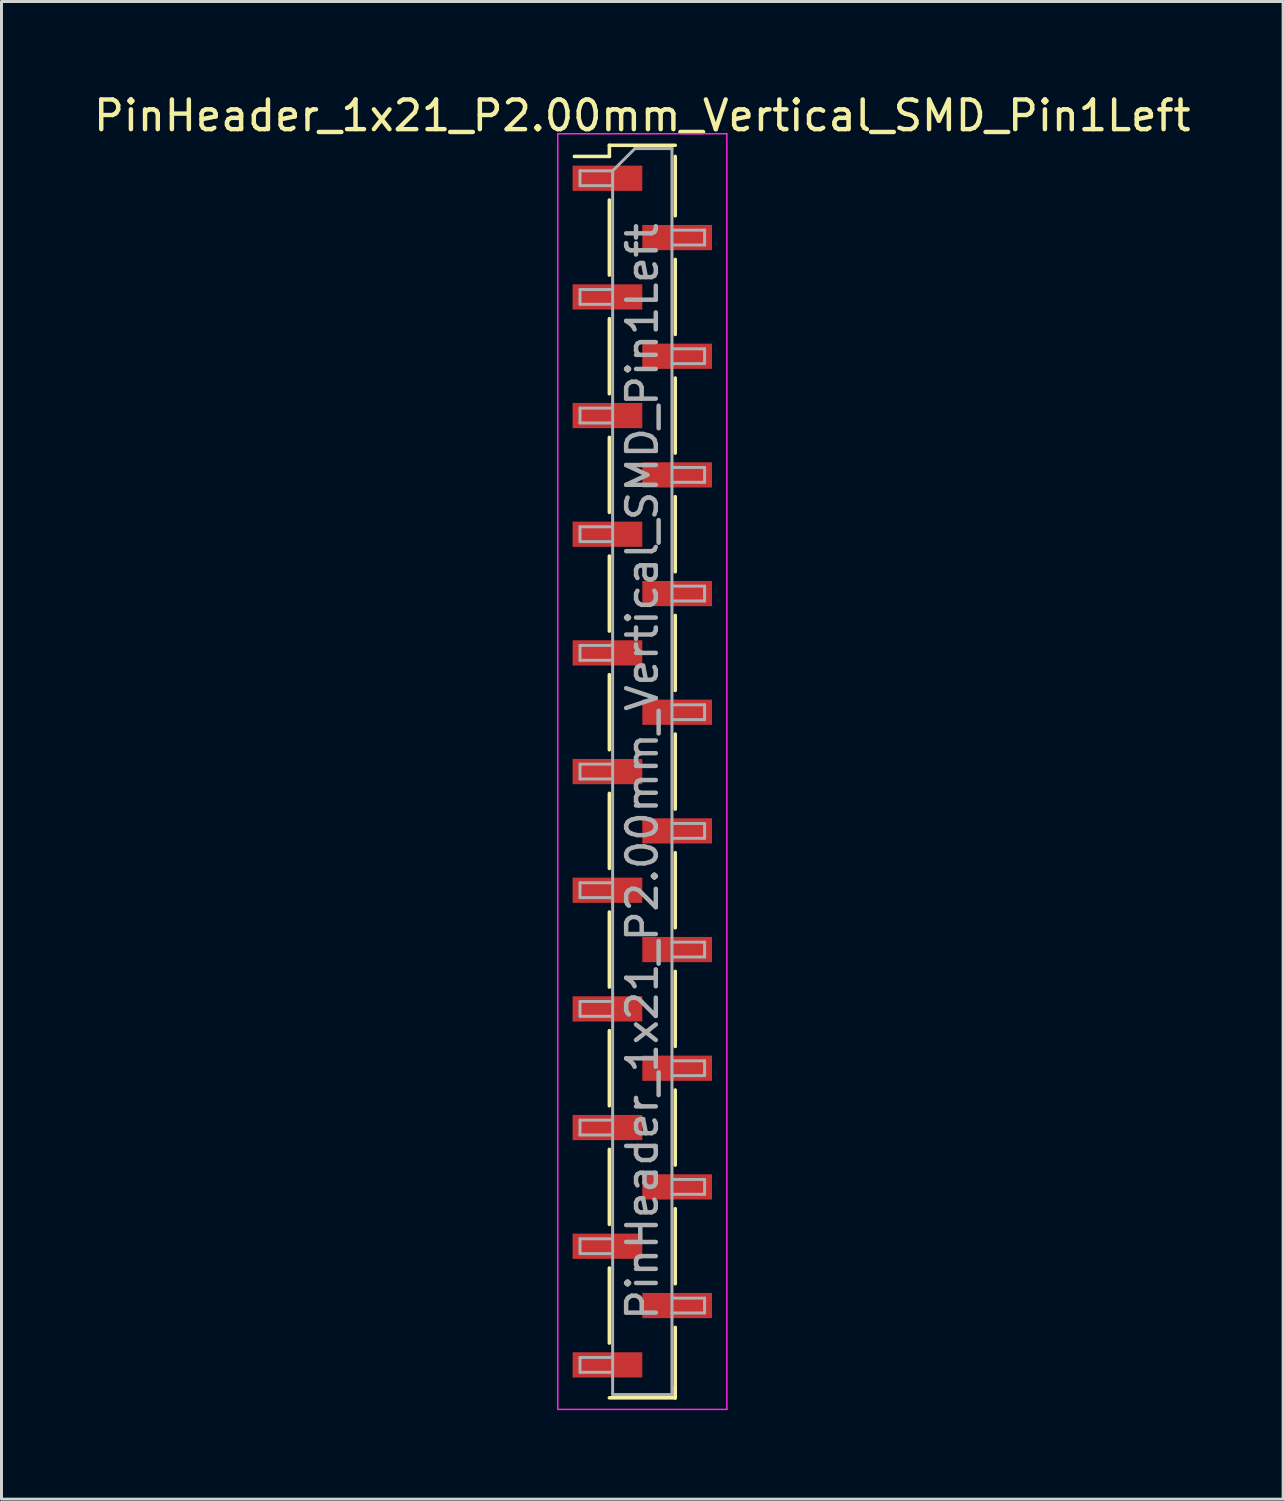
<source format=kicad_pcb>
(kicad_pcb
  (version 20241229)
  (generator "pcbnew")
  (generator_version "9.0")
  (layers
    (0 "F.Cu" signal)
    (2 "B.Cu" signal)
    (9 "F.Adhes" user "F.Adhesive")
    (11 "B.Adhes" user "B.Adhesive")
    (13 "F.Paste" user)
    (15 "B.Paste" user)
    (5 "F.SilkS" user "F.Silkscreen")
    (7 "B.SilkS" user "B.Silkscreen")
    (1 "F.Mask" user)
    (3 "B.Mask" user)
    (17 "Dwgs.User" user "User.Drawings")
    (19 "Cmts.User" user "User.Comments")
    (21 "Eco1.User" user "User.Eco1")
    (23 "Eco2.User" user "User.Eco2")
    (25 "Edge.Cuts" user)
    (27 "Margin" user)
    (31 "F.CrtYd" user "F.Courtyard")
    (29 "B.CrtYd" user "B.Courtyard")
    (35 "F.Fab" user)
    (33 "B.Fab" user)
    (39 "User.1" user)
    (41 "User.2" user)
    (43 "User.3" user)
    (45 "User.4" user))
  (footprint "PinHeader_1x21_P2.00mm_Vertical_SMD_Pin1Left"
    (layer "F.Cu")
    (at 18.601 22.958)
    (property "Reference" "PinHeader_1x21_P2.00mm_Vertical_SMD_Pin1Left" (at 0 -22.11 0) (layer "F.SilkS") (effects (font (size 1 1) (thickness 0.15))))
    (attr smd)
    (fp_line (start -1.11 -21.11) (end -1.11 -20.735) (stroke (width 0.12) (type solid)) (layer "F.SilkS"))
    (fp_line (start -1.11 -21.11) (end 1.11 -21.11) (stroke (width 0.12) (type solid)) (layer "F.SilkS"))
    (fp_line (start -1.11 -20.735) (end -2.29 -20.735) (stroke (width 0.12) (type solid)) (layer "F.SilkS"))
    (fp_line (start -1.11 -19.265) (end -1.11 -16.735) (stroke (width 0.12) (type solid)) (layer "F.SilkS"))
    (fp_line (start -1.11 -15.265) (end -1.11 -12.735) (stroke (width 0.12) (type solid)) (layer "F.SilkS"))
    (fp_line (start -1.11 -11.265) (end -1.11 -8.735) (stroke (width 0.12) (type solid)) (layer "F.SilkS"))
    (fp_line (start -1.11 -7.265) (end -1.11 -4.735) (stroke (width 0.12) (type solid)) (layer "F.SilkS"))
    (fp_line (start -1.11 -3.265) (end -1.11 -0.735) (stroke (width 0.12) (type solid)) (layer "F.SilkS"))
    (fp_line (start -1.11 0.735) (end -1.11 3.265) (stroke (width 0.12) (type solid)) (layer "F.SilkS"))
    (fp_line (start -1.11 4.735) (end -1.11 7.265) (stroke (width 0.12) (type solid)) (layer "F.SilkS"))
    (fp_line (start -1.11 8.735) (end -1.11 11.265) (stroke (width 0.12) (type solid)) (layer "F.SilkS"))
    (fp_line (start -1.11 12.735) (end -1.11 15.265) (stroke (width 0.12) (type solid)) (layer "F.SilkS"))
    (fp_line (start -1.11 16.735) (end -1.11 19.265) (stroke (width 0.12) (type solid)) (layer "F.SilkS"))
    (fp_line (start -1.11 21.11) (end 1.11 21.11) (stroke (width 0.12) (type solid)) (layer "F.SilkS"))
    (fp_line (start 1.11 -20.735) (end 1.11 -18.735) (stroke (width 0.12) (type solid)) (layer "F.SilkS"))
    (fp_line (start 1.11 -17.265) (end 1.11 -14.735) (stroke (width 0.12) (type solid)) (layer "F.SilkS"))
    (fp_line (start 1.11 -13.265) (end 1.11 -10.735) (stroke (width 0.12) (type solid)) (layer "F.SilkS"))
    (fp_line (start 1.11 -9.265) (end 1.11 -6.735) (stroke (width 0.12) (type solid)) (layer "F.SilkS"))
    (fp_line (start 1.11 -5.265) (end 1.11 -2.735) (stroke (width 0.12) (type solid)) (layer "F.SilkS"))
    (fp_line (start 1.11 -1.265) (end 1.11 1.265) (stroke (width 0.12) (type solid)) (layer "F.SilkS"))
    (fp_line (start 1.11 2.735) (end 1.11 5.265) (stroke (width 0.12) (type solid)) (layer "F.SilkS"))
    (fp_line (start 1.11 6.735) (end 1.11 9.265) (stroke (width 0.12) (type solid)) (layer "F.SilkS"))
    (fp_line (start 1.11 10.735) (end 1.11 13.265) (stroke (width 0.12) (type solid)) (layer "F.SilkS"))
    (fp_line (start 1.11 14.735) (end 1.11 17.265) (stroke (width 0.12) (type solid)) (layer "F.SilkS"))
    (fp_line (start 1.11 18.735) (end 1.11 21.11) (stroke (width 0.12) (type solid)) (layer "F.SilkS"))
    (fp_line (start 1.11 20.735) (end 1.11 21.11) (stroke (width 0.12) (type solid)) (layer "F.SilkS"))
    (fp_line (start -2.85 -21.5) (end -2.85 21.5) (stroke (width 0.05) (type solid)) (layer "F.CrtYd"))
    (fp_line (start -2.85 21.5) (end 2.85 21.5) (stroke (width 0.05) (type solid)) (layer "F.CrtYd"))
    (fp_line (start 2.85 -21.5) (end -2.85 -21.5) (stroke (width 0.05) (type solid)) (layer "F.CrtYd"))
    (fp_line (start 2.85 21.5) (end 2.85 -21.5) (stroke (width 0.05) (type solid)) (layer "F.CrtYd"))
    (fp_line (start -2.1 -20.25) (end -2.1 -19.75) (stroke (width 0.1) (type solid)) (layer "F.Fab"))
    (fp_line (start -2.1 -19.75) (end -1 -19.75) (stroke (width 0.1) (type solid)) (layer "F.Fab"))
    (fp_line (start -2.1 -16.25) (end -2.1 -15.75) (stroke (width 0.1) (type solid)) (layer "F.Fab"))
    (fp_line (start -2.1 -15.75) (end -1 -15.75) (stroke (width 0.1) (type solid)) (layer "F.Fab"))
    (fp_line (start -2.1 -12.25) (end -2.1 -11.75) (stroke (width 0.1) (type solid)) (layer "F.Fab"))
    (fp_line (start -2.1 -11.75) (end -1 -11.75) (stroke (width 0.1) (type solid)) (layer "F.Fab"))
    (fp_line (start -2.1 -8.25) (end -2.1 -7.75) (stroke (width 0.1) (type solid)) (layer "F.Fab"))
    (fp_line (start -2.1 -7.75) (end -1 -7.75) (stroke (width 0.1) (type solid)) (layer "F.Fab"))
    (fp_line (start -2.1 -4.25) (end -2.1 -3.75) (stroke (width 0.1) (type solid)) (layer "F.Fab"))
    (fp_line (start -2.1 -3.75) (end -1 -3.75) (stroke (width 0.1) (type solid)) (layer "F.Fab"))
    (fp_line (start -2.1 -0.25) (end -2.1 0.25) (stroke (width 0.1) (type solid)) (layer "F.Fab"))
    (fp_line (start -2.1 0.25) (end -1 0.25) (stroke (width 0.1) (type solid)) (layer "F.Fab"))
    (fp_line (start -2.1 3.75) (end -2.1 4.25) (stroke (width 0.1) (type solid)) (layer "F.Fab"))
    (fp_line (start -2.1 4.25) (end -1 4.25) (stroke (width 0.1) (type solid)) (layer "F.Fab"))
    (fp_line (start -2.1 7.75) (end -2.1 8.25) (stroke (width 0.1) (type solid)) (layer "F.Fab"))
    (fp_line (start -2.1 8.25) (end -1 8.25) (stroke (width 0.1) (type solid)) (layer "F.Fab"))
    (fp_line (start -2.1 11.75) (end -2.1 12.25) (stroke (width 0.1) (type solid)) (layer "F.Fab"))
    (fp_line (start -2.1 12.25) (end -1 12.25) (stroke (width 0.1) (type solid)) (layer "F.Fab"))
    (fp_line (start -2.1 15.75) (end -2.1 16.25) (stroke (width 0.1) (type solid)) (layer "F.Fab"))
    (fp_line (start -2.1 16.25) (end -1 16.25) (stroke (width 0.1) (type solid)) (layer "F.Fab"))
    (fp_line (start -2.1 19.75) (end -2.1 20.25) (stroke (width 0.1) (type solid)) (layer "F.Fab"))
    (fp_line (start -2.1 20.25) (end -1 20.25) (stroke (width 0.1) (type solid)) (layer "F.Fab"))
    (fp_line (start -1 -20.25) (end -2.1 -20.25) (stroke (width 0.1) (type solid)) (layer "F.Fab"))
    (fp_line (start -1 -20.25) (end -0.25 -21) (stroke (width 0.1) (type solid)) (layer "F.Fab"))
    (fp_line (start -1 -16.25) (end -2.1 -16.25) (stroke (width 0.1) (type solid)) (layer "F.Fab"))
    (fp_line (start -1 -12.25) (end -2.1 -12.25) (stroke (width 0.1) (type solid)) (layer "F.Fab"))
    (fp_line (start -1 -8.25) (end -2.1 -8.25) (stroke (width 0.1) (type solid)) (layer "F.Fab"))
    (fp_line (start -1 -4.25) (end -2.1 -4.25) (stroke (width 0.1) (type solid)) (layer "F.Fab"))
    (fp_line (start -1 -0.25) (end -2.1 -0.25) (stroke (width 0.1) (type solid)) (layer "F.Fab"))
    (fp_line (start -1 3.75) (end -2.1 3.75) (stroke (width 0.1) (type solid)) (layer "F.Fab"))
    (fp_line (start -1 7.75) (end -2.1 7.75) (stroke (width 0.1) (type solid)) (layer "F.Fab"))
    (fp_line (start -1 11.75) (end -2.1 11.75) (stroke (width 0.1) (type solid)) (layer "F.Fab"))
    (fp_line (start -1 15.75) (end -2.1 15.75) (stroke (width 0.1) (type solid)) (layer "F.Fab"))
    (fp_line (start -1 19.75) (end -2.1 19.75) (stroke (width 0.1) (type solid)) (layer "F.Fab"))
    (fp_line (start -1 21) (end -1 -20.25) (stroke (width 0.1) (type solid)) (layer "F.Fab"))
    (fp_line (start -0.25 -21) (end 1 -21) (stroke (width 0.1) (type solid)) (layer "F.Fab"))
    (fp_line (start 1 -21) (end 1 21) (stroke (width 0.1) (type solid)) (layer "F.Fab"))
    (fp_line (start 1 -18.25) (end 2.1 -18.25) (stroke (width 0.1) (type solid)) (layer "F.Fab"))
    (fp_line (start 1 -14.25) (end 2.1 -14.25) (stroke (width 0.1) (type solid)) (layer "F.Fab"))
    (fp_line (start 1 -10.25) (end 2.1 -10.25) (stroke (width 0.1) (type solid)) (layer "F.Fab"))
    (fp_line (start 1 -6.25) (end 2.1 -6.25) (stroke (width 0.1) (type solid)) (layer "F.Fab"))
    (fp_line (start 1 -2.25) (end 2.1 -2.25) (stroke (width 0.1) (type solid)) (layer "F.Fab"))
    (fp_line (start 1 1.75) (end 2.1 1.75) (stroke (width 0.1) (type solid)) (layer "F.Fab"))
    (fp_line (start 1 5.75) (end 2.1 5.75) (stroke (width 0.1) (type solid)) (layer "F.Fab"))
    (fp_line (start 1 9.75) (end 2.1 9.75) (stroke (width 0.1) (type solid)) (layer "F.Fab"))
    (fp_line (start 1 13.75) (end 2.1 13.75) (stroke (width 0.1) (type solid)) (layer "F.Fab"))
    (fp_line (start 1 17.75) (end 2.1 17.75) (stroke (width 0.1) (type solid)) (layer "F.Fab"))
    (fp_line (start 1 21) (end -1 21) (stroke (width 0.1) (type solid)) (layer "F.Fab"))
    (fp_line (start 2.1 -18.25) (end 2.1 -17.75) (stroke (width 0.1) (type solid)) (layer "F.Fab"))
    (fp_line (start 2.1 -17.75) (end 1 -17.75) (stroke (width 0.1) (type solid)) (layer "F.Fab"))
    (fp_line (start 2.1 -14.25) (end 2.1 -13.75) (stroke (width 0.1) (type solid)) (layer "F.Fab"))
    (fp_line (start 2.1 -13.75) (end 1 -13.75) (stroke (width 0.1) (type solid)) (layer "F.Fab"))
    (fp_line (start 2.1 -10.25) (end 2.1 -9.75) (stroke (width 0.1) (type solid)) (layer "F.Fab"))
    (fp_line (start 2.1 -9.75) (end 1 -9.75) (stroke (width 0.1) (type solid)) (layer "F.Fab"))
    (fp_line (start 2.1 -6.25) (end 2.1 -5.75) (stroke (width 0.1) (type solid)) (layer "F.Fab"))
    (fp_line (start 2.1 -5.75) (end 1 -5.75) (stroke (width 0.1) (type solid)) (layer "F.Fab"))
    (fp_line (start 2.1 -2.25) (end 2.1 -1.75) (stroke (width 0.1) (type solid)) (layer "F.Fab"))
    (fp_line (start 2.1 -1.75) (end 1 -1.75) (stroke (width 0.1) (type solid)) (layer "F.Fab"))
    (fp_line (start 2.1 1.75) (end 2.1 2.25) (stroke (width 0.1) (type solid)) (layer "F.Fab"))
    (fp_line (start 2.1 2.25) (end 1 2.25) (stroke (width 0.1) (type solid)) (layer "F.Fab"))
    (fp_line (start 2.1 5.75) (end 2.1 6.25) (stroke (width 0.1) (type solid)) (layer "F.Fab"))
    (fp_line (start 2.1 6.25) (end 1 6.25) (stroke (width 0.1) (type solid)) (layer "F.Fab"))
    (fp_line (start 2.1 9.75) (end 2.1 10.25) (stroke (width 0.1) (type solid)) (layer "F.Fab"))
    (fp_line (start 2.1 10.25) (end 1 10.25) (stroke (width 0.1) (type solid)) (layer "F.Fab"))
    (fp_line (start 2.1 13.75) (end 2.1 14.25) (stroke (width 0.1) (type solid)) (layer "F.Fab"))
    (fp_line (start 2.1 14.25) (end 1 14.25) (stroke (width 0.1) (type solid)) (layer "F.Fab"))
    (fp_line (start 2.1 17.75) (end 2.1 18.25) (stroke (width 0.1) (type solid)) (layer "F.Fab"))
    (fp_line (start 2.1 18.25) (end 1 18.25) (stroke (width 0.1) (type solid)) (layer "F.Fab"))
    (fp_text user "${REFERENCE}" (at 0 0 90) (layer "F.Fab") (effects (font (size 1 1) (thickness 0.15))))
    (pad "1" smd rect (at -1.175 -20) (size 2.35 0.85) (layers "F.Cu" "F.Mask" "F.Paste"))
    (pad "2" smd rect (at 1.175 -18) (size 2.35 0.85) (layers "F.Cu" "F.Mask" "F.Paste"))
    (pad "3" smd rect (at -1.175 -16) (size 2.35 0.85) (layers "F.Cu" "F.Mask" "F.Paste"))
    (pad "4" smd rect (at 1.175 -14) (size 2.35 0.85) (layers "F.Cu" "F.Mask" "F.Paste"))
    (pad "5" smd rect (at -1.175 -12) (size 2.35 0.85) (layers "F.Cu" "F.Mask" "F.Paste"))
    (pad "6" smd rect (at 1.175 -10) (size 2.35 0.85) (layers "F.Cu" "F.Mask" "F.Paste"))
    (pad "7" smd rect (at -1.175 -8) (size 2.35 0.85) (layers "F.Cu" "F.Mask" "F.Paste"))
    (pad "8" smd rect (at 1.175 -6) (size 2.35 0.85) (layers "F.Cu" "F.Mask" "F.Paste"))
    (pad "9" smd rect (at -1.175 -4) (size 2.35 0.85) (layers "F.Cu" "F.Mask" "F.Paste"))
    (pad "10" smd rect (at 1.175 -2) (size 2.35 0.85) (layers "F.Cu" "F.Mask" "F.Paste"))
    (pad "11" smd rect (at -1.175 0) (size 2.35 0.85) (layers "F.Cu" "F.Mask" "F.Paste"))
    (pad "12" smd rect (at 1.175 2) (size 2.35 0.85) (layers "F.Cu" "F.Mask" "F.Paste"))
    (pad "13" smd rect (at -1.175 4) (size 2.35 0.85) (layers "F.Cu" "F.Mask" "F.Paste"))
    (pad "14" smd rect (at 1.175 6) (size 2.35 0.85) (layers "F.Cu" "F.Mask" "F.Paste"))
    (pad "15" smd rect (at -1.175 8) (size 2.35 0.85) (layers "F.Cu" "F.Mask" "F.Paste"))
    (pad "16" smd rect (at 1.175 10) (size 2.35 0.85) (layers "F.Cu" "F.Mask" "F.Paste"))
    (pad "17" smd rect (at -1.175 12) (size 2.35 0.85) (layers "F.Cu" "F.Mask" "F.Paste"))
    (pad "18" smd rect (at 1.175 14) (size 2.35 0.85) (layers "F.Cu" "F.Mask" "F.Paste"))
    (pad "19" smd rect (at -1.175 16) (size 2.35 0.85) (layers "F.Cu" "F.Mask" "F.Paste"))
    (pad "20" smd rect (at 1.175 18) (size 2.35 0.85) (layers "F.Cu" "F.Mask" "F.Paste"))
    (pad "21" smd rect (at -1.175 20) (size 2.35 0.85) (layers "F.Cu" "F.Mask" "F.Paste")))
  (gr_rect
    (start -3 -3)
    (end 40.202 47.483)
    (stroke (width 0.1) (type default))
    (fill no)
    (layer "Edge.Cuts")))
</source>
